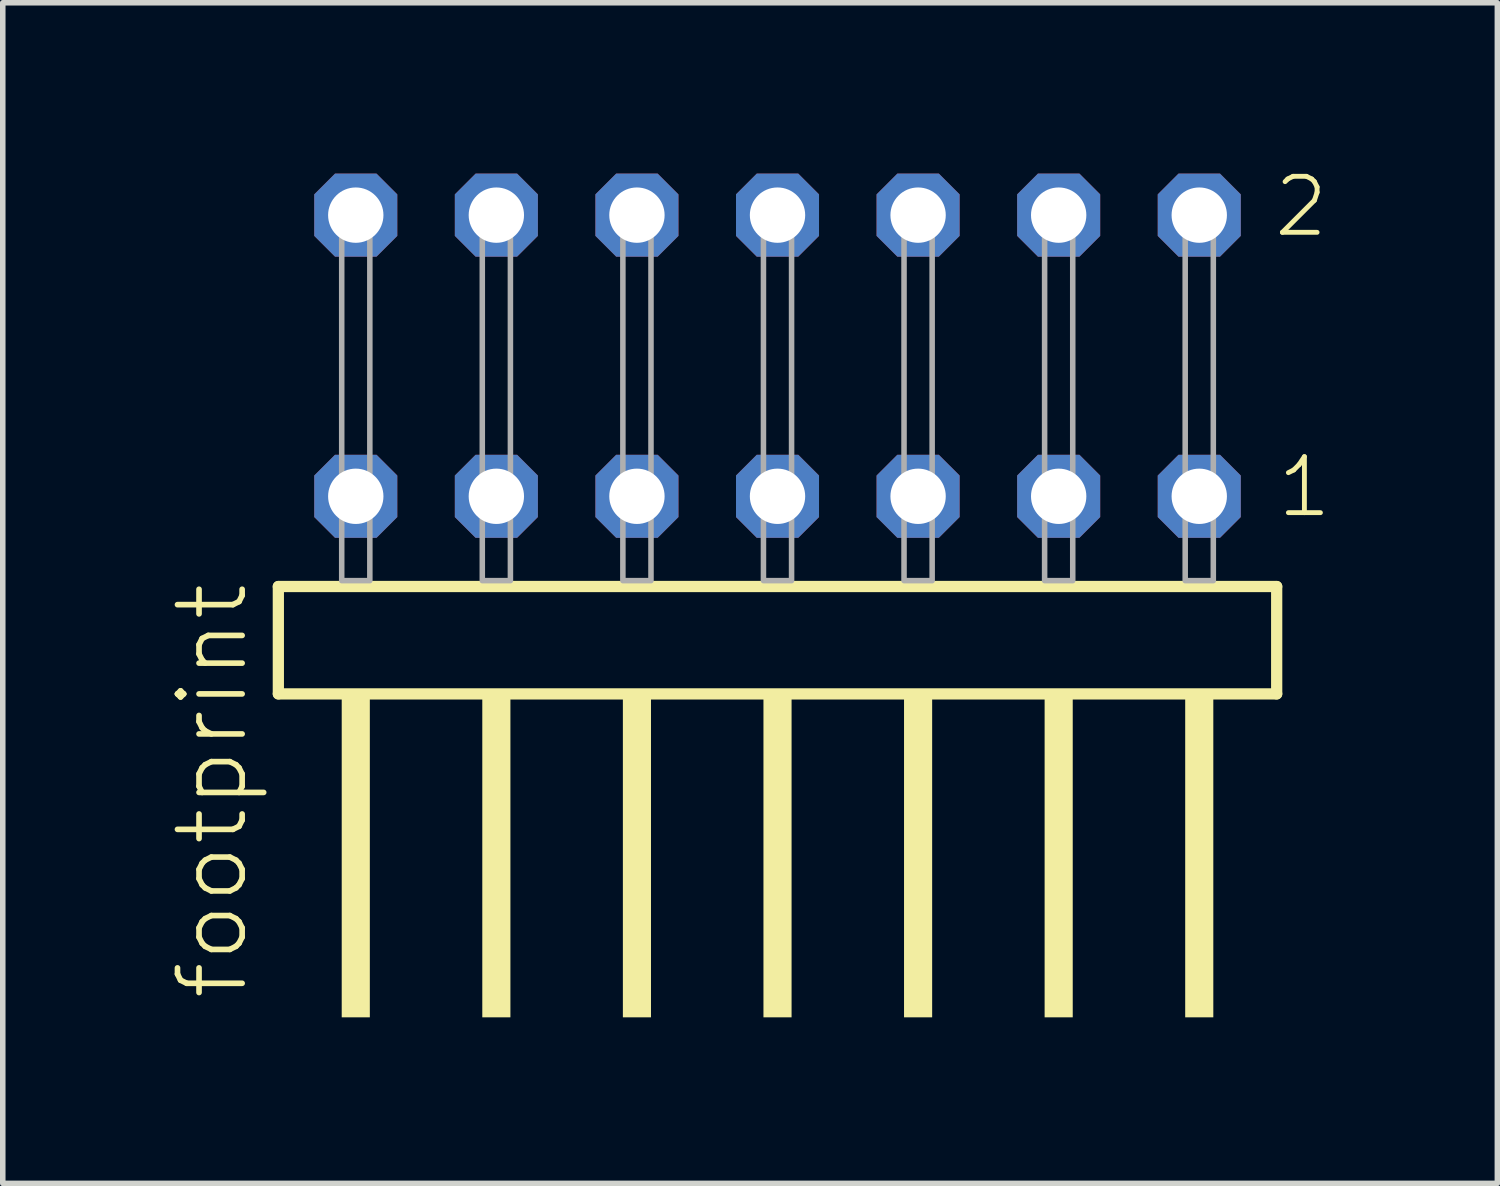
<source format=kicad_pcb>
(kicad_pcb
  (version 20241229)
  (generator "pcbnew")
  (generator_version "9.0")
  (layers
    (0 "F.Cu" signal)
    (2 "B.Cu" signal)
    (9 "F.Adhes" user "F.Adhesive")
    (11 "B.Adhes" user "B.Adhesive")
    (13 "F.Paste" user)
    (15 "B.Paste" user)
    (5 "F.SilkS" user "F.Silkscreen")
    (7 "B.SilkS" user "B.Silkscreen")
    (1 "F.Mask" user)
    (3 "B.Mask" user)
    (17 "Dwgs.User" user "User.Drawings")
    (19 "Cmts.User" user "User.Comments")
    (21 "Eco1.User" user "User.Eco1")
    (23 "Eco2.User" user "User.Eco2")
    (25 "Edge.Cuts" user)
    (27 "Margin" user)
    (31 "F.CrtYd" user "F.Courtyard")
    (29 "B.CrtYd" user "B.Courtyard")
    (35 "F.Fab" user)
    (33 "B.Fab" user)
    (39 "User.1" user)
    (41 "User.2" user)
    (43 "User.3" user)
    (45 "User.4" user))
  (footprint "footprint"
    (layer "F.Cu")
    (at 10.998 7.441)
    (property "Reference" "footprint" (at -9.525 7.62 90) (layer "F.SilkS") (effects (font (size 1.168 1.168) (thickness 0.102)) (justify left bottom)))
    (fp_line (start -9.019 0.106) (end -9.019 2.046) (stroke (width 0.203) (type solid)) (layer "F.SilkS"))
    (fp_line (start -9.019 2.046) (end 9.019 2.046) (stroke (width 0.203) (type solid)) (layer "F.SilkS"))
    (fp_line (start 9.019 0.106) (end -9.019 0.106) (stroke (width 0.203) (type solid)) (layer "F.SilkS"))
    (fp_line (start 9.019 2.046) (end 9.019 0.106) (stroke (width 0.203) (type solid)) (layer "F.SilkS"))
    (fp_poly (pts (xy -7.874 7.89) (xy -7.366 7.89) (xy -7.366 2.04) (xy -7.874 2.04)) (stroke (width 0) (type solid)) (fill yes) (layer "F.SilkS"))
    (fp_poly (pts (xy -5.334 7.89) (xy -4.826 7.89) (xy -4.826 2.04) (xy -5.334 2.04)) (stroke (width 0) (type solid)) (fill yes) (layer "F.SilkS"))
    (fp_poly (pts (xy -2.794 7.89) (xy -2.286 7.89) (xy -2.286 2.04) (xy -2.794 2.04)) (stroke (width 0) (type solid)) (fill yes) (layer "F.SilkS"))
    (fp_poly (pts (xy -0.254 7.89) (xy 0.254 7.89) (xy 0.254 2.04) (xy -0.254 2.04)) (stroke (width 0) (type solid)) (fill yes) (layer "F.SilkS"))
    (fp_poly (pts (xy 2.286 7.89) (xy 2.794 7.89) (xy 2.794 2.04) (xy 2.286 2.04)) (stroke (width 0) (type solid)) (fill yes) (layer "F.SilkS"))
    (fp_poly (pts (xy 4.826 7.89) (xy 5.334 7.89) (xy 5.334 2.04) (xy 4.826 2.04)) (stroke (width 0) (type solid)) (fill yes) (layer "F.SilkS"))
    (fp_poly (pts (xy 7.366 7.89) (xy 7.874 7.89) (xy 7.874 2.04) (xy 7.366 2.04)) (stroke (width 0) (type solid)) (fill yes) (layer "F.SilkS"))
    (fp_poly (pts (xy -7.874 0) (xy -7.366 0) (xy -7.366 -6.858) (xy -7.874 -6.858)) (stroke (width 0.1) (type solid)) (fill no) (layer "F.Fab"))
    (fp_poly (pts (xy -5.334 0) (xy -4.826 0) (xy -4.826 -6.858) (xy -5.334 -6.858)) (stroke (width 0.1) (type solid)) (fill no) (layer "F.Fab"))
    (fp_poly (pts (xy -2.794 0) (xy -2.286 0) (xy -2.286 -6.858) (xy -2.794 -6.858)) (stroke (width 0.1) (type solid)) (fill no) (layer "F.Fab"))
    (fp_poly (pts (xy -0.254 0) (xy 0.254 0) (xy 0.254 -6.858) (xy -0.254 -6.858)) (stroke (width 0.1) (type solid)) (fill no) (layer "F.Fab"))
    (fp_poly (pts (xy 2.286 0) (xy 2.794 0) (xy 2.794 -6.858) (xy 2.286 -6.858)) (stroke (width 0.1) (type solid)) (fill no) (layer "F.Fab"))
    (fp_poly (pts (xy 4.826 0) (xy 5.334 0) (xy 5.334 -6.858) (xy 4.826 -6.858)) (stroke (width 0.1) (type solid)) (fill no) (layer "F.Fab"))
    (fp_poly (pts (xy 7.366 0) (xy 7.874 0) (xy 7.874 -6.858) (xy 7.366 -6.858)) (stroke (width 0.1) (type solid)) (fill no) (layer "F.Fab"))
    (fp_text user "2" (at 8.92 -6.165 0) (layer "F.SilkS") (effects (font (size 1.012 1.012) (thickness 0.088)) (justify left bottom)))
    (fp_text user "1" (at 8.98 -1.1 0) (layer "F.SilkS") (effects (font (size 1.012 1.012) (thickness 0.088)) (justify left bottom)))
    (pad "1" thru_hole roundrect (at 7.62 -1.524 180) (size 1.5 1.5) (drill 1) (layers "*.Cu" "*.Mask") (roundrect_rratio 0.25) (chamfer_ratio 0.25) (chamfer top_left top_right bottom_left bottom_right))
    (pad "2" thru_hole roundrect (at 7.62 -6.604 180) (size 1.5 1.5) (drill 1) (layers "*.Cu" "*.Mask") (roundrect_rratio 0.25) (chamfer_ratio 0.25) (chamfer top_left top_right bottom_left bottom_right))
    (pad "3" thru_hole roundrect (at 5.08 -1.524 180) (size 1.5 1.5) (drill 1) (layers "*.Cu" "*.Mask") (roundrect_rratio 0.25) (chamfer_ratio 0.25) (chamfer top_left top_right bottom_left bottom_right))
    (pad "4" thru_hole roundrect (at 5.08 -6.604 180) (size 1.5 1.5) (drill 1) (layers "*.Cu" "*.Mask") (roundrect_rratio 0.25) (chamfer_ratio 0.25) (chamfer top_left top_right bottom_left bottom_right))
    (pad "5" thru_hole roundrect (at 2.54 -1.524 180) (size 1.5 1.5) (drill 1) (layers "*.Cu" "*.Mask") (roundrect_rratio 0.25) (chamfer_ratio 0.25) (chamfer top_left top_right bottom_left bottom_right))
    (pad "6" thru_hole roundrect (at 2.54 -6.604 180) (size 1.5 1.5) (drill 1) (layers "*.Cu" "*.Mask") (roundrect_rratio 0.25) (chamfer_ratio 0.25) (chamfer top_left top_right bottom_left bottom_right))
    (pad "7" thru_hole roundrect (at 0 -1.524 180) (size 1.5 1.5) (drill 1) (layers "*.Cu" "*.Mask") (roundrect_rratio 0.25) (chamfer_ratio 0.25) (chamfer top_left top_right bottom_left bottom_right))
    (pad "8" thru_hole roundrect (at 0 -6.604 180) (size 1.5 1.5) (drill 1) (layers "*.Cu" "*.Mask") (roundrect_rratio 0.25) (chamfer_ratio 0.25) (chamfer top_left top_right bottom_left bottom_right))
    (pad "9" thru_hole roundrect (at -2.54 -1.524 180) (size 1.5 1.5) (drill 1) (layers "*.Cu" "*.Mask") (roundrect_rratio 0.25) (chamfer_ratio 0.25) (chamfer top_left top_right bottom_left bottom_right))
    (pad "10" thru_hole roundrect (at -2.54 -6.604 180) (size 1.5 1.5) (drill 1) (layers "*.Cu" "*.Mask") (roundrect_rratio 0.25) (chamfer_ratio 0.25) (chamfer top_left top_right bottom_left bottom_right))
    (pad "11" thru_hole roundrect (at -5.08 -1.524 180) (size 1.5 1.5) (drill 1) (layers "*.Cu" "*.Mask") (roundrect_rratio 0.25) (chamfer_ratio 0.25) (chamfer top_left top_right bottom_left bottom_right))
    (pad "12" thru_hole roundrect (at -5.08 -6.604 180) (size 1.5 1.5) (drill 1) (layers "*.Cu" "*.Mask") (roundrect_rratio 0.25) (chamfer_ratio 0.25) (chamfer top_left top_right bottom_left bottom_right))
    (pad "13" thru_hole roundrect (at -7.62 -1.524 180) (size 1.5 1.5) (drill 1) (layers "*.Cu" "*.Mask") (roundrect_rratio 0.25) (chamfer_ratio 0.25) (chamfer top_left top_right bottom_left bottom_right))
    (pad "14" thru_hole roundrect (at -7.62 -6.604 180) (size 1.5 1.5) (drill 1) (layers "*.Cu" "*.Mask") (roundrect_rratio 0.25) (chamfer_ratio 0.25) (chamfer top_left top_right bottom_left bottom_right)))
  (gr_rect
    (start -3 -3)
    (end 24.004 18.331)
    (stroke (width 0.1) (type default))
    (fill no)
    (layer "Edge.Cuts")))
</source>
